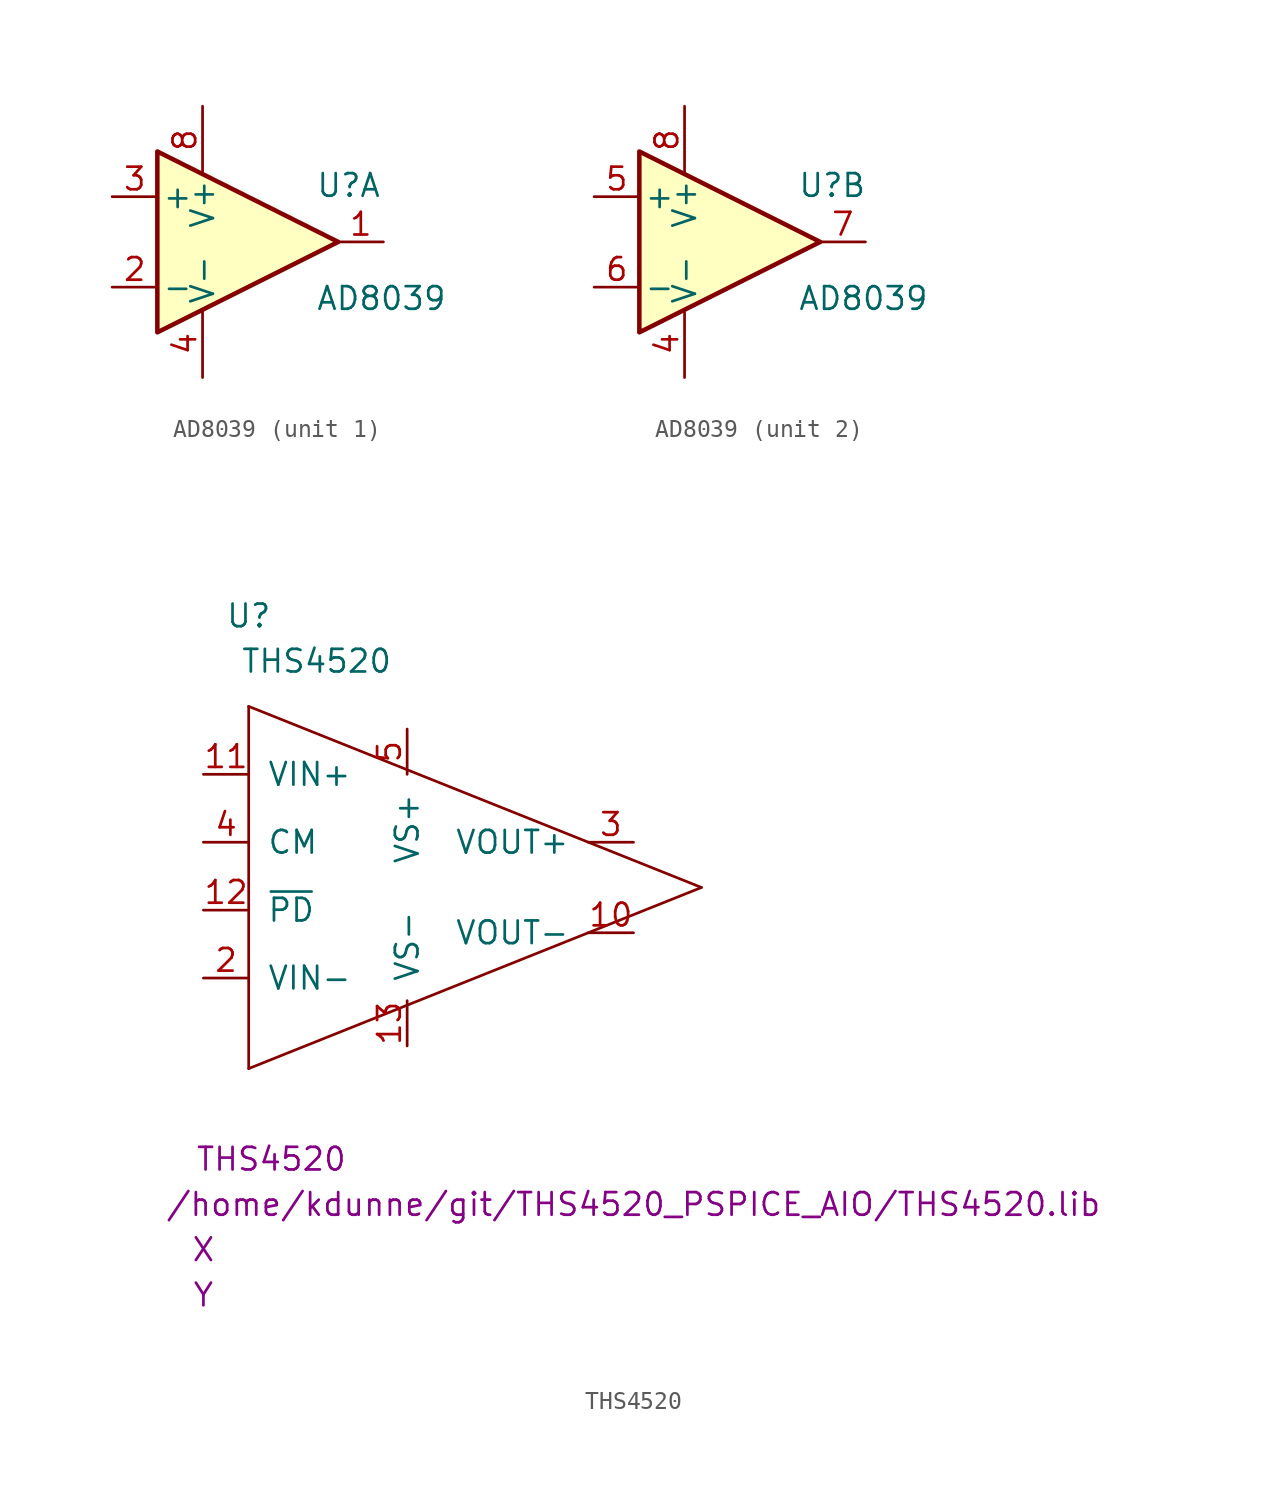
<source format=kicad_sym>
(kicad_symbol_lib
  (version 20211014)
  (generator kicad_symbol_editor)
  (symbol "AD8039"
    (pin_names
      (offset 0.254))
    (property "Reference" "U"
      (at 3.81 3.175 0)
      (effects (font (size 1.27 1.27)) (justify left)))
    (property "Value" "AD8039"
      (at 3.81 -3.175 0)
      (effects (font (size 1.27 1.27)) (justify left)))
    (symbol "AD8039_0_1"
      (polyline (pts (xy 5.08 0) (xy -5.08 5.08) (xy -5.08 -5.08) (xy 5.08 0)) (stroke (width 0.254) (type default) (color 0 0 0 0)) (fill (type background))))
    (symbol "AD8039_1_1"
      (pin output line (at 7.62 0 180) (length 2.54) (name "~" (effects (font (size 1.27 1.27)))) (number "1" (effects (font (size 1.27 1.27)))))
      (pin input line (at -7.62 -2.54 0) (length 2.54) (name "-" (effects (font (size 1.27 1.27)))) (number "2" (effects (font (size 1.27 1.27)))))
      (pin input line (at -7.62 2.54 0) (length 2.54) (name "+" (effects (font (size 1.27 1.27)))) (number "3" (effects (font (size 1.27 1.27)))))
      (pin power_in line (at -2.54 -7.62 90) (length 3.81) (name "V-" (effects (font (size 1.27 1.27)))) (number "4" (effects (font (size 1.27 1.27)))))
      (pin power_in line (at -2.54 7.62 270) (length 3.81) (name "V+" (effects (font (size 1.27 1.27)))) (number "8" (effects (font (size 1.27 1.27))))))
    (symbol "AD8039_2_1"
      (pin power_in line (at -2.54 -7.62 90) (length 3.81) (name "V-" (effects (font (size 1.27 1.27)))) (number "4" (effects (font (size 1.27 1.27)))))
      (pin input line (at -7.62 2.54 0) (length 2.54) (name "+" (effects (font (size 1.27 1.27)))) (number "5" (effects (font (size 1.27 1.27)))))
      (pin input line (at -7.62 -2.54 0) (length 2.54) (name "-" (effects (font (size 1.27 1.27)))) (number "6" (effects (font (size 1.27 1.27)))))
      (pin output line (at 7.62 0 180) (length 2.54) (name "~" (effects (font (size 1.27 1.27)))) (number "7" (effects (font (size 1.27 1.27)))))
      (pin power_in line (at -2.54 7.62 270) (length 3.81) (name "V+" (effects (font (size 1.27 1.27)))) (number "8" (effects (font (size 1.27 1.27)))))))
  (symbol "THS4520"
    (pin_names
      (offset 1.016))
    (property "Reference" "U"
      (at -12.7 15.24 0)
      (effects (font (size 1.27 1.27))))
    (property "Value" "THS4520"
      (at -8.89 12.7 0)
      (effects (font (size 1.27 1.27))))
    (property "Spice_Primitive" "X"
      (at -15.24 -20.32 0)
      (effects (font (size 1.27 1.27))))
    (property "Spice_Model" "THS4520"
      (at -11.43 -15.24 0)
      (effects (font (size 1.27 1.27))))
    (property "Spice_Netlist_Enabled" "Y"
      (at -15.24 -22.86 0)
      (effects (font (size 1.27 1.27))))
    (property "Spice_Lib_File" "/home/kdunne/git/THS4520_PSPICE_AIO/THS4520.lib"
      (at 8.89 -17.78 0)
      (effects (font (size 1.27 1.27))))
    (symbol "THS4520_0_1"
      (polyline (pts (xy -12.7 10.16) (xy -12.7 -10.16)) (stroke (width 0) (type default) (color 0 0 0 0)) (fill (type none)))
      (polyline (pts (xy 12.7 0) (xy -12.7 -10.16)) (stroke (width 0) (type default) (color 0 0 0 0)) (fill (type none)))
      (polyline (pts (xy 12.7 0) (xy -12.7 10.16)) (stroke (width 0) (type default) (color 0 0 0 0)) (fill (type none))))
    (symbol "THS4520_1_1"
      (pin output line (at 8.89 -2.54 180) (length 2.54) (name "VOUT-" (effects (font (size 1.27 1.27)))) (number "10" (effects (font (size 1.27 1.27)))))
      (pin input line (at -15.24 6.35 0) (length 2.54) (name "VIN+" (effects (font (size 1.27 1.27)))) (number "11" (effects (font (size 1.27 1.27)))))
      (pin input line (at -15.24 -1.27 0) (length 2.54) (name "~{PD}" (effects (font (size 1.27 1.27)))) (number "12" (effects (font (size 1.27 1.27)))))
      (pin input line (at -3.81 -8.89 90) (length 2.54) (name "VS-" (effects (font (size 1.27 1.27)))) (number "13" (effects (font (size 1.27 1.27)))))
      (pin input line (at -15.24 -5.08 0) (length 2.54) (name "VIN-" (effects (font (size 1.27 1.27)))) (number "2" (effects (font (size 1.27 1.27)))))
      (pin output line (at 8.89 2.54 180) (length 2.54) (name "VOUT+" (effects (font (size 1.27 1.27)))) (number "3" (effects (font (size 1.27 1.27)))))
      (pin input line (at -15.24 2.54 0) (length 2.54) (name "CM" (effects (font (size 1.27 1.27)))) (number "4" (effects (font (size 1.27 1.27)))))
      (pin input line (at -3.81 8.89 270) (length 2.54) (name "VS+" (effects (font (size 1.27 1.27)))) (number "5" (effects (font (size 1.27 1.27))))))))
</source>
